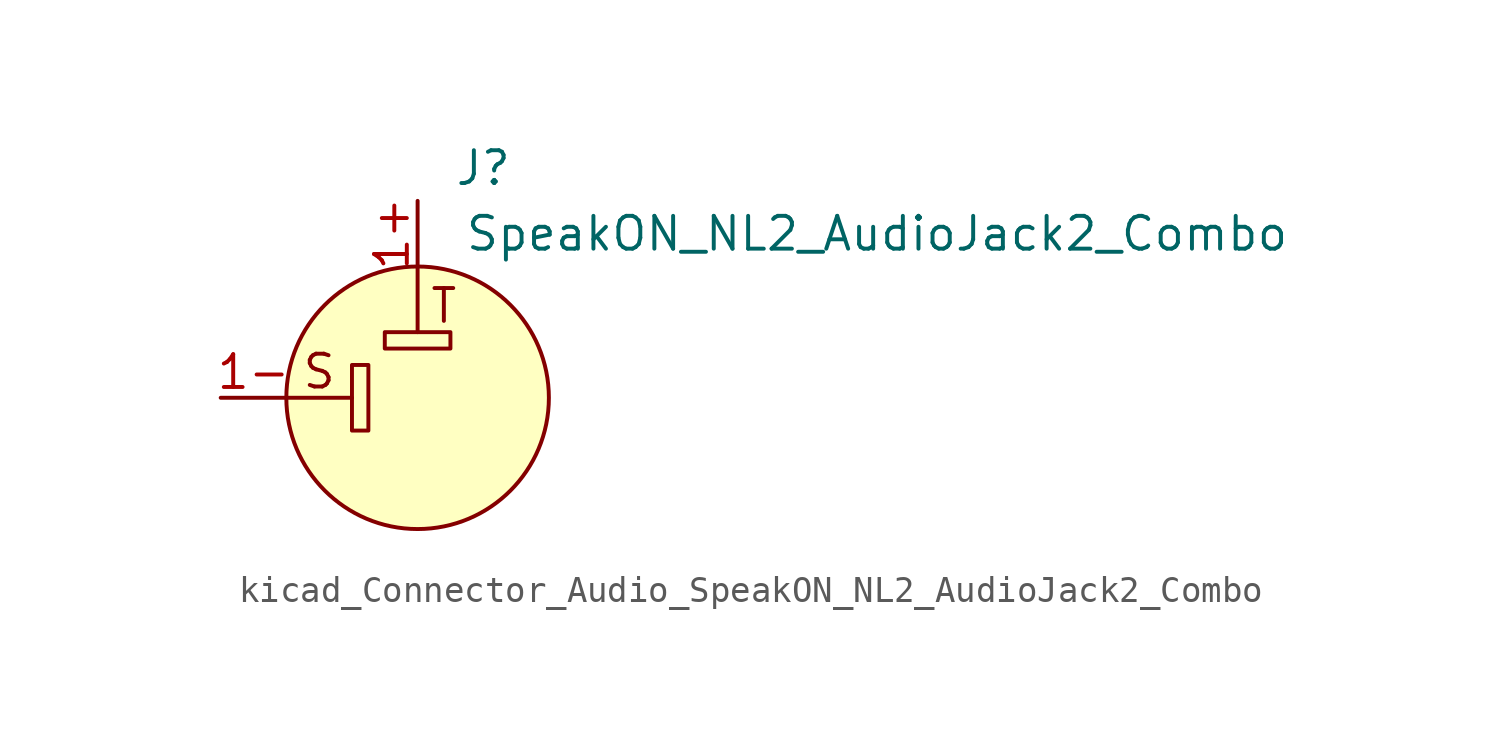
<source format=kicad_sym>
(kicad_symbol_lib
  (version 20220914)
  (generator kicad_symbol_editor)
  (symbol "kicad_Connector_Audio_SpeakON_NL2_AudioJack2_Combo"
    (pin_names hide)
    (property "Reference" "J"
      (at 2.54 8.89 0)
      (effects (font (size 1.27 1.27))))
    (property "Value" "SpeakON_NL2_AudioJack2_Combo"
      (at 17.78 6.35 0)
      (effects (font (size 1.27 1.27))))
    (symbol "kicad_Connector_Audio_SpeakON_NL2_AudioJack2_Combo_0_0"
      (text "S" (at -3.81 1.016 0) (effects (font (size 1.27 1.27))))
      (text "T" (at 1.016 3.556 0) (effects (font (size 1.27 1.27)))))
    (symbol "kicad_Connector_Audio_SpeakON_NL2_AudioJack2_Combo_0_1"
      (rectangle (start -2.54 1.27) (end -1.905 -1.27) (stroke (width 0) (type default)) (fill (type none)))
      (rectangle (start -1.27 2.54) (end 1.27 1.905) (stroke (width 0) (type default)) (fill (type none)))
      (polyline (pts (xy -5.08 0) (xy -2.54 0)) (stroke (width 0) (type default)) (fill (type none)))
      (polyline (pts (xy 0 5.08) (xy 0 2.54)) (stroke (width 0) (type default)) (fill (type none)))
      (circle (center 0 0) (radius 5.08) (stroke (width 0) (type default)) (fill (type background)))
      (pin passive line (at -7.62 0 0) (length 2.54) (name "1-" (effects (font (size 1.27 1.27)))) (number "1-" (effects (font (size 1.27 1.27))))))
    (symbol "kicad_Connector_Audio_SpeakON_NL2_AudioJack2_Combo_1_1"
      (pin passive line (at 0 7.62 270) (length 2.54) (name "1+" (effects (font (size 1.27 1.27)))) (number "1+" (effects (font (size 1.27 1.27))))))))
</source>
